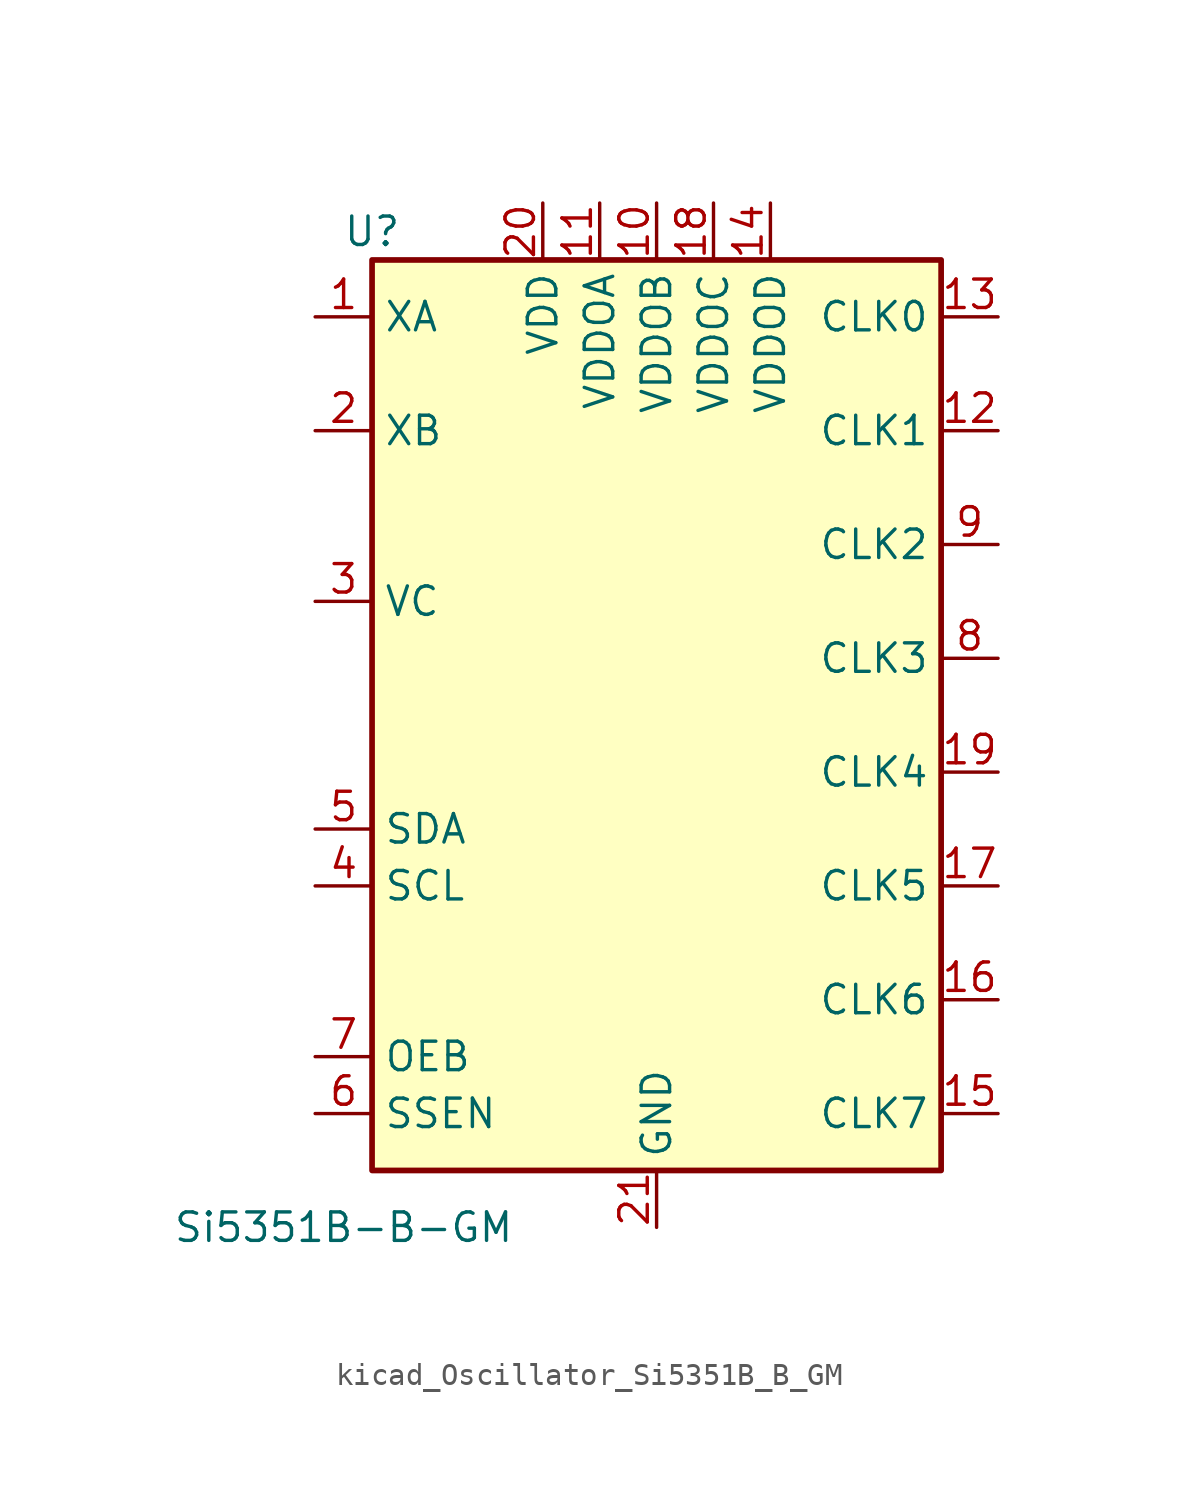
<source format=kicad_sym>
(kicad_symbol_lib
  (version 20220914)
  (generator kicad_symbol_editor)
  (symbol "kicad_Oscillator_Si5351B_B_GM"
    (property "Reference" "U"
      (at -12.7 21.59 0)
      (effects (font (size 1.27 1.27))))
    (property "Value" "Si5351B-B-GM"
      (at -13.97 -22.86 0)
      (effects (font (size 1.27 1.27))))
    (symbol "kicad_Oscillator_Si5351B_B_GM_1_1"
      (rectangle (start -12.7 20.32) (end 12.7 -20.32) (stroke (width 0.254) (type default)) (fill (type background)))
      (pin input line (at -15.24 17.78 0) (length 2.54) (name "XA" (effects (font (size 1.27 1.27)))) (number "1" (effects (font (size 1.27 1.27)))))
      (pin power_in line (at 0 22.86 270) (length 2.54) (name "VDDOB" (effects (font (size 1.27 1.27)))) (number "10" (effects (font (size 1.27 1.27)))))
      (pin power_in line (at -2.54 22.86 270) (length 2.54) (name "VDDOA" (effects (font (size 1.27 1.27)))) (number "11" (effects (font (size 1.27 1.27)))))
      (pin output line (at 15.24 12.7 180) (length 2.54) (name "CLK1" (effects (font (size 1.27 1.27)))) (number "12" (effects (font (size 1.27 1.27)))))
      (pin output line (at 15.24 17.78 180) (length 2.54) (name "CLK0" (effects (font (size 1.27 1.27)))) (number "13" (effects (font (size 1.27 1.27)))))
      (pin power_in line (at 5.08 22.86 270) (length 2.54) (name "VDDOD" (effects (font (size 1.27 1.27)))) (number "14" (effects (font (size 1.27 1.27)))))
      (pin output line (at 15.24 -17.78 180) (length 2.54) (name "CLK7" (effects (font (size 1.27 1.27)))) (number "15" (effects (font (size 1.27 1.27)))))
      (pin output line (at 15.24 -12.7 180) (length 2.54) (name "CLK6" (effects (font (size 1.27 1.27)))) (number "16" (effects (font (size 1.27 1.27)))))
      (pin output line (at 15.24 -7.62 180) (length 2.54) (name "CLK5" (effects (font (size 1.27 1.27)))) (number "17" (effects (font (size 1.27 1.27)))))
      (pin power_in line (at 2.54 22.86 270) (length 2.54) (name "VDDOC" (effects (font (size 1.27 1.27)))) (number "18" (effects (font (size 1.27 1.27)))))
      (pin output line (at 15.24 -2.54 180) (length 2.54) (name "CLK4" (effects (font (size 1.27 1.27)))) (number "19" (effects (font (size 1.27 1.27)))))
      (pin input line (at -15.24 12.7 0) (length 2.54) (name "XB" (effects (font (size 1.27 1.27)))) (number "2" (effects (font (size 1.27 1.27)))))
      (pin power_in line (at -5.08 22.86 270) (length 2.54) (name "VDD" (effects (font (size 1.27 1.27)))) (number "20" (effects (font (size 1.27 1.27)))))
      (pin power_in line (at 0 -22.86 90) (length 2.54) (name "GND" (effects (font (size 1.27 1.27)))) (number "21" (effects (font (size 1.27 1.27)))))
      (pin input line (at -15.24 5.08 0) (length 2.54) (name "VC" (effects (font (size 1.27 1.27)))) (number "3" (effects (font (size 1.27 1.27)))))
      (pin input line (at -15.24 -7.62 0) (length 2.54) (name "SCL" (effects (font (size 1.27 1.27)))) (number "4" (effects (font (size 1.27 1.27)))))
      (pin bidirectional line (at -15.24 -5.08 0) (length 2.54) (name "SDA" (effects (font (size 1.27 1.27)))) (number "5" (effects (font (size 1.27 1.27)))))
      (pin input line (at -15.24 -17.78 0) (length 2.54) (name "SSEN" (effects (font (size 1.27 1.27)))) (number "6" (effects (font (size 1.27 1.27)))))
      (pin input line (at -15.24 -15.24 0) (length 2.54) (name "OEB" (effects (font (size 1.27 1.27)))) (number "7" (effects (font (size 1.27 1.27)))))
      (pin output line (at 15.24 2.54 180) (length 2.54) (name "CLK3" (effects (font (size 1.27 1.27)))) (number "8" (effects (font (size 1.27 1.27)))))
      (pin output line (at 15.24 7.62 180) (length 2.54) (name "CLK2" (effects (font (size 1.27 1.27)))) (number "9" (effects (font (size 1.27 1.27))))))))
</source>
